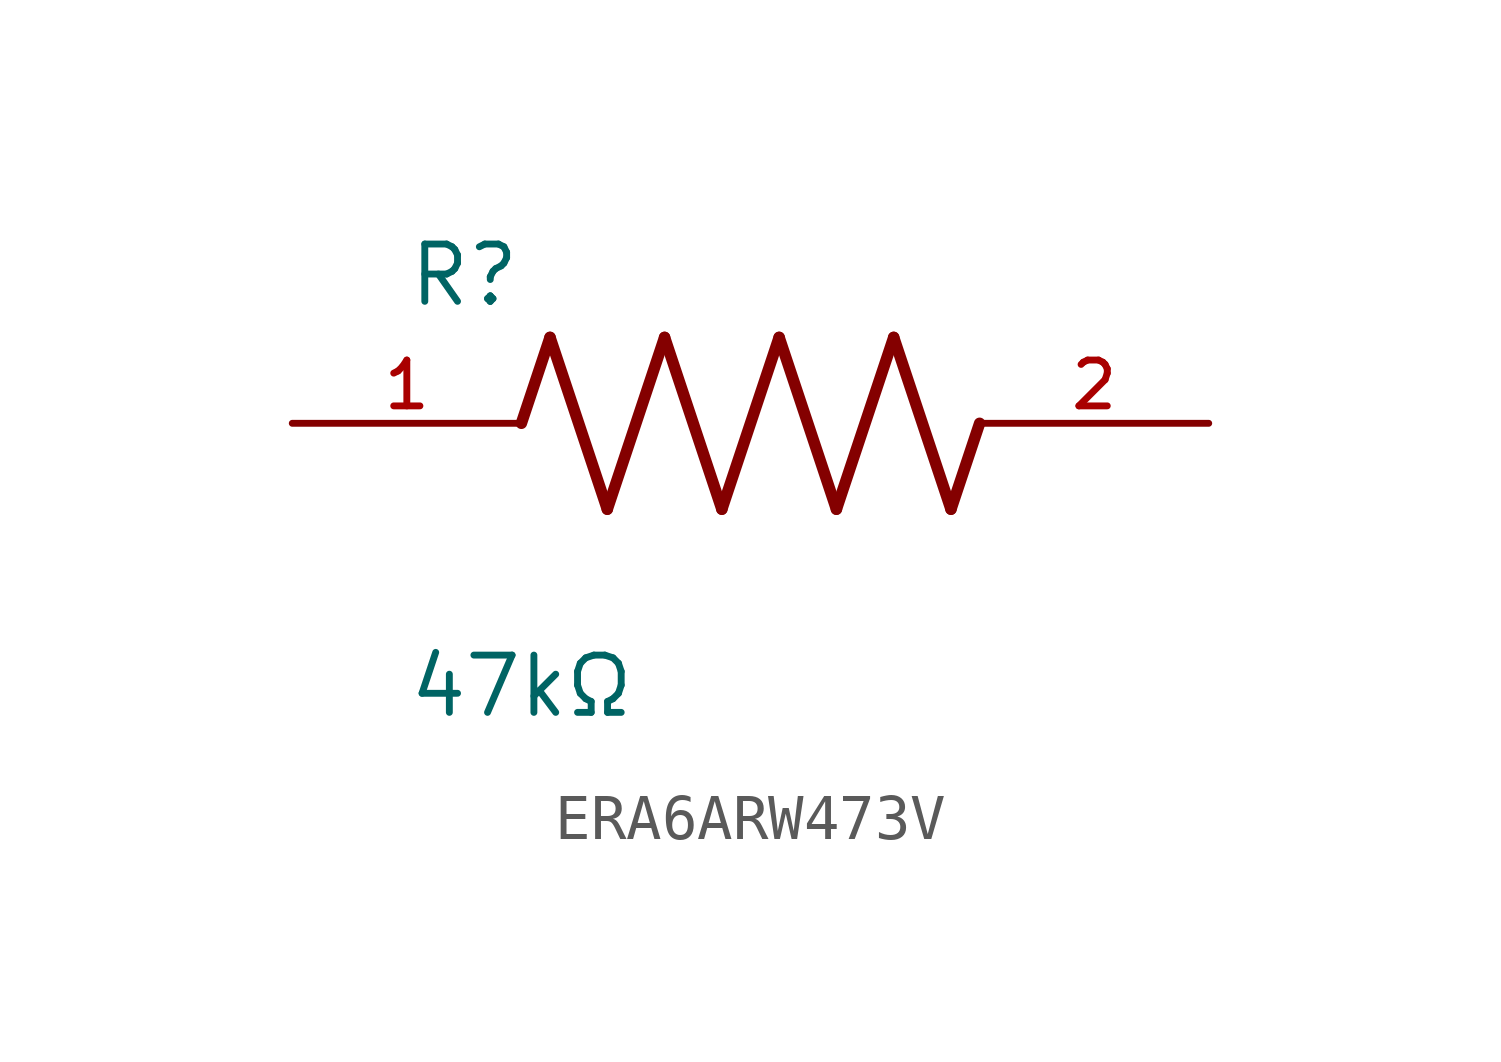
<source format=kicad_sym>
(kicad_symbol_lib
  (version 20241209)
  (generator "kicad_symbol_editor")
  (generator_version "9.0")
  (symbol "ERA6ARW473V"
    (pin_names
      (offset 1.016))
    (property "Reference" "R"
      (at -7.624 2.541 0)
      (effects (font (size 1.27 1.27)) (justify left bottom)))
    (property "Value" "47kΩ"
      (at -7.624 -5.087 0)
      (effects (font (size 1.27 1.27)) (justify left top)))
    (symbol "ERA6ARW473V_0_0"
      (polyline (pts (xy -5.08 0) (xy -4.445 1.905)) (stroke (width 0.254) (type default)) (fill (type none)))
      (polyline (pts (xy -4.445 1.905) (xy -3.175 -1.905)) (stroke (width 0.254) (type default)) (fill (type none)))
      (polyline (pts (xy -3.175 -1.905) (xy -1.905 1.905)) (stroke (width 0.254) (type default)) (fill (type none)))
      (polyline (pts (xy -1.905 1.905) (xy -0.635 -1.905)) (stroke (width 0.254) (type default)) (fill (type none)))
      (polyline (pts (xy -0.635 -1.905) (xy 0.635 1.905)) (stroke (width 0.254) (type default)) (fill (type none)))
      (polyline (pts (xy 0.635 1.905) (xy 1.905 -1.905)) (stroke (width 0.254) (type default)) (fill (type none)))
      (polyline (pts (xy 1.905 -1.905) (xy 3.175 1.905)) (stroke (width 0.254) (type default)) (fill (type none)))
      (polyline (pts (xy 3.175 1.905) (xy 4.445 -1.905)) (stroke (width 0.254) (type default)) (fill (type none)))
      (polyline (pts (xy 4.445 -1.905) (xy 5.08 0)) (stroke (width 0.254) (type default)) (fill (type none)))
      (pin passive line (at -10.16 0 0) (length 5.08) (name "~" (effects (font (size 1.016 1.016)))) (number "1" (effects (font (size 1.016 1.016)))))
      (pin passive line (at 10.16 0 180) (length 5.08) (name "~" (effects (font (size 1.016 1.016)))) (number "2" (effects (font (size 1.016 1.016))))))))
</source>
